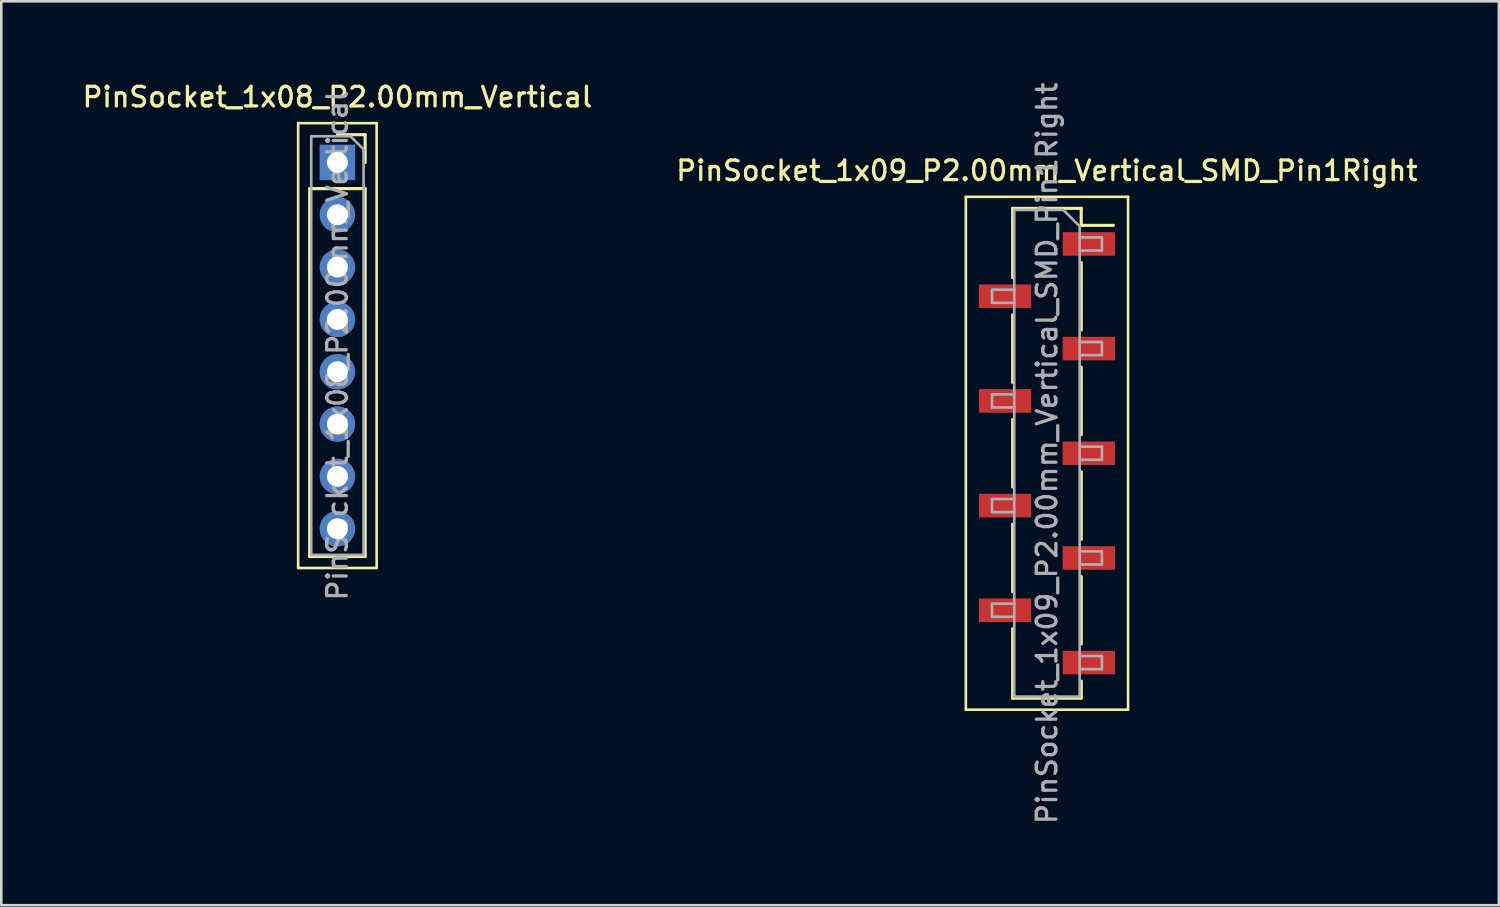
<source format=kicad_pcb>
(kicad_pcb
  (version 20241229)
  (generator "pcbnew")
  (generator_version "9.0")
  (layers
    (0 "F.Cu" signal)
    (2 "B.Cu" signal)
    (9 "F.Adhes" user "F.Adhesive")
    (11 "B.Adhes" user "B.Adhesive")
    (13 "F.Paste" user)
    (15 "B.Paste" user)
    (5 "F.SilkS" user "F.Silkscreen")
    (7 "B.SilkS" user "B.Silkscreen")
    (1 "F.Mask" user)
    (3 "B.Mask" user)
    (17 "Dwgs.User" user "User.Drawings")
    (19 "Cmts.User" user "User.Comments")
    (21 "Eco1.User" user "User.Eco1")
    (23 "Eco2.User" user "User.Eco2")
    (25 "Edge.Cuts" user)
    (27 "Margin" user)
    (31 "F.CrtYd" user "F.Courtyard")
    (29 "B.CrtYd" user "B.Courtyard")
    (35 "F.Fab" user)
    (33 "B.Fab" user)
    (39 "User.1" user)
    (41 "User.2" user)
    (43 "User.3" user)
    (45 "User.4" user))
  (footprint "PinSocket_1x09_P2.00mm_Vertical_SMD_Pin1Right"
    (layer "F.Cu")
    (at 36.963 14.273)
    (property "Reference" "PinSocket_1x09_P2.00mm_Vertical_SMD_Pin1Right" (at 0 -10.8 0) (layer "F.SilkS") (effects (font (size 0.75 0.75) (thickness 0.125))))
    (attr smd)
    (fp_line (start -3.1 -9.8) (end 3.1 -9.8) (stroke (width 0.1) (type solid)) (layer "F.SilkS"))
    (fp_line (start -3.1 9.8) (end -3.1 -9.8) (stroke (width 0.1) (type solid)) (layer "F.SilkS"))
    (fp_line (start -1.31 -9.36) (end -1.31 -6.71) (stroke (width 0.12) (type solid)) (layer "F.SilkS"))
    (fp_line (start -1.31 -9.36) (end 1.31 -9.36) (stroke (width 0.12) (type solid)) (layer "F.SilkS"))
    (fp_line (start -1.31 -5.29) (end -1.31 -2.71) (stroke (width 0.12) (type solid)) (layer "F.SilkS"))
    (fp_line (start -1.31 -1.29) (end -1.31 1.29) (stroke (width 0.12) (type solid)) (layer "F.SilkS"))
    (fp_line (start -1.31 2.71) (end -1.31 5.29) (stroke (width 0.12) (type solid)) (layer "F.SilkS"))
    (fp_line (start -1.31 6.71) (end -1.31 9.36) (stroke (width 0.12) (type solid)) (layer "F.SilkS"))
    (fp_line (start -1.31 9.36) (end 1.31 9.36) (stroke (width 0.12) (type solid)) (layer "F.SilkS"))
    (fp_line (start 1.31 -9.36) (end 1.31 -8.71) (stroke (width 0.12) (type solid)) (layer "F.SilkS"))
    (fp_line (start 1.31 -8.71) (end 2.54 -8.71) (stroke (width 0.12) (type solid)) (layer "F.SilkS"))
    (fp_line (start 1.31 -7.29) (end 1.31 -4.71) (stroke (width 0.12) (type solid)) (layer "F.SilkS"))
    (fp_line (start 1.31 -3.29) (end 1.31 -0.71) (stroke (width 0.12) (type solid)) (layer "F.SilkS"))
    (fp_line (start 1.31 0.71) (end 1.31 3.29) (stroke (width 0.12) (type solid)) (layer "F.SilkS"))
    (fp_line (start 1.31 4.71) (end 1.31 7.29) (stroke (width 0.12) (type solid)) (layer "F.SilkS"))
    (fp_line (start 1.31 8.71) (end 1.31 9.36) (stroke (width 0.12) (type solid)) (layer "F.SilkS"))
    (fp_line (start 3.1 -9.8) (end 3.1 9.8) (stroke (width 0.1) (type solid)) (layer "F.SilkS"))
    (fp_line (start 3.1 9.8) (end -3.1 9.8) (stroke (width 0.1) (type solid)) (layer "F.SilkS"))
    (fp_line (start -2.1 -6.25) (end -1.25 -6.25) (stroke (width 0.1) (type solid)) (layer "F.Fab"))
    (fp_line (start -2.1 -5.75) (end -2.1 -6.25) (stroke (width 0.1) (type solid)) (layer "F.Fab"))
    (fp_line (start -2.1 -2.25) (end -1.25 -2.25) (stroke (width 0.1) (type solid)) (layer "F.Fab"))
    (fp_line (start -2.1 -1.75) (end -2.1 -2.25) (stroke (width 0.1) (type solid)) (layer "F.Fab"))
    (fp_line (start -2.1 1.75) (end -1.25 1.75) (stroke (width 0.1) (type solid)) (layer "F.Fab"))
    (fp_line (start -2.1 2.25) (end -2.1 1.75) (stroke (width 0.1) (type solid)) (layer "F.Fab"))
    (fp_line (start -2.1 5.75) (end -1.25 5.75) (stroke (width 0.1) (type solid)) (layer "F.Fab"))
    (fp_line (start -2.1 6.25) (end -2.1 5.75) (stroke (width 0.1) (type solid)) (layer "F.Fab"))
    (fp_line (start -1.25 -9.3) (end 0.625 -9.3) (stroke (width 0.1) (type solid)) (layer "F.Fab"))
    (fp_line (start -1.25 -5.75) (end -2.1 -5.75) (stroke (width 0.1) (type solid)) (layer "F.Fab"))
    (fp_line (start -1.25 -1.75) (end -2.1 -1.75) (stroke (width 0.1) (type solid)) (layer "F.Fab"))
    (fp_line (start -1.25 2.25) (end -2.1 2.25) (stroke (width 0.1) (type solid)) (layer "F.Fab"))
    (fp_line (start -1.25 6.25) (end -2.1 6.25) (stroke (width 0.1) (type solid)) (layer "F.Fab"))
    (fp_line (start -1.25 9.3) (end -1.25 -9.3) (stroke (width 0.1) (type solid)) (layer "F.Fab"))
    (fp_line (start 0.625 -9.3) (end 1.25 -8.675) (stroke (width 0.1) (type solid)) (layer "F.Fab"))
    (fp_line (start 1.25 -8.675) (end 1.25 9.3) (stroke (width 0.1) (type solid)) (layer "F.Fab"))
    (fp_line (start 1.25 -8.25) (end 2.1 -8.25) (stroke (width 0.1) (type solid)) (layer "F.Fab"))
    (fp_line (start 1.25 -4.25) (end 2.1 -4.25) (stroke (width 0.1) (type solid)) (layer "F.Fab"))
    (fp_line (start 1.25 -0.25) (end 2.1 -0.25) (stroke (width 0.1) (type solid)) (layer "F.Fab"))
    (fp_line (start 1.25 3.75) (end 2.1 3.75) (stroke (width 0.1) (type solid)) (layer "F.Fab"))
    (fp_line (start 1.25 7.75) (end 2.1 7.75) (stroke (width 0.1) (type solid)) (layer "F.Fab"))
    (fp_line (start 1.25 9.3) (end -1.25 9.3) (stroke (width 0.1) (type solid)) (layer "F.Fab"))
    (fp_line (start 2.1 -8.25) (end 2.1 -7.75) (stroke (width 0.1) (type solid)) (layer "F.Fab"))
    (fp_line (start 2.1 -7.75) (end 1.25 -7.75) (stroke (width 0.1) (type solid)) (layer "F.Fab"))
    (fp_line (start 2.1 -4.25) (end 2.1 -3.75) (stroke (width 0.1) (type solid)) (layer "F.Fab"))
    (fp_line (start 2.1 -3.75) (end 1.25 -3.75) (stroke (width 0.1) (type solid)) (layer "F.Fab"))
    (fp_line (start 2.1 -0.25) (end 2.1 0.25) (stroke (width 0.1) (type solid)) (layer "F.Fab"))
    (fp_line (start 2.1 0.25) (end 1.25 0.25) (stroke (width 0.1) (type solid)) (layer "F.Fab"))
    (fp_line (start 2.1 3.75) (end 2.1 4.25) (stroke (width 0.1) (type solid)) (layer "F.Fab"))
    (fp_line (start 2.1 4.25) (end 1.25 4.25) (stroke (width 0.1) (type solid)) (layer "F.Fab"))
    (fp_line (start 2.1 7.75) (end 2.1 8.25) (stroke (width 0.1) (type solid)) (layer "F.Fab"))
    (fp_line (start 2.1 8.25) (end 1.25 8.25) (stroke (width 0.1) (type solid)) (layer "F.Fab"))
    (fp_text user "${REFERENCE}" (at 0 0 90) (layer "F.Fab") (effects (font (size 0.75 0.75) (thickness 0.125))))
    (pad "1" smd rect (at 1.6 -8) (size 2 0.9) (layers "F.Cu" "F.Mask" "F.Paste"))
    (pad "2" smd rect (at -1.6 -6) (size 2 0.9) (layers "F.Cu" "F.Mask" "F.Paste"))
    (pad "3" smd rect (at 1.6 -4) (size 2 0.9) (layers "F.Cu" "F.Mask" "F.Paste"))
    (pad "4" smd rect (at -1.6 -2) (size 2 0.9) (layers "F.Cu" "F.Mask" "F.Paste"))
    (pad "5" smd rect (at 1.6 0) (size 2 0.9) (layers "F.Cu" "F.Mask" "F.Paste"))
    (pad "6" smd rect (at -1.6 2) (size 2 0.9) (layers "F.Cu" "F.Mask" "F.Paste"))
    (pad "7" smd rect (at 1.6 4) (size 2 0.9) (layers "F.Cu" "F.Mask" "F.Paste"))
    (pad "8" smd rect (at -1.6 6) (size 2 0.9) (layers "F.Cu" "F.Mask" "F.Paste"))
    (pad "9" smd rect (at 1.6 8) (size 2 0.9) (layers "F.Cu" "F.Mask" "F.Paste")))
  (footprint "PinSocket_1x08_P2.00mm_Vertical"
    (layer "F.Cu")
    (at 9.845 3.158)
    (property "Reference" "PinSocket_1x08_P2.00mm_Vertical" (at 0 -2.5 0) (layer "F.SilkS") (effects (font (size 0.75 0.75) (thickness 0.125))))
    (attr through_hole)
    (fp_line (start -1.5 -1.5) (end 1.5 -1.5) (stroke (width 0.1) (type solid)) (layer "F.SilkS"))
    (fp_line (start -1.5 15.5) (end -1.5 -1.5) (stroke (width 0.1) (type solid)) (layer "F.SilkS"))
    (fp_line (start -1.06 1) (end -1.06 15.06) (stroke (width 0.12) (type solid)) (layer "F.SilkS"))
    (fp_line (start -1.06 1) (end 1.06 1) (stroke (width 0.12) (type solid)) (layer "F.SilkS"))
    (fp_line (start -1.06 15.06) (end 1.06 15.06) (stroke (width 0.12) (type solid)) (layer "F.SilkS"))
    (fp_line (start 0 -1.06) (end 1.06 -1.06) (stroke (width 0.12) (type solid)) (layer "F.SilkS"))
    (fp_line (start 1.06 -1.06) (end 1.06 0) (stroke (width 0.12) (type solid)) (layer "F.SilkS"))
    (fp_line (start 1.06 1) (end 1.06 15.06) (stroke (width 0.12) (type solid)) (layer "F.SilkS"))
    (fp_line (start 1.5 -1.5) (end 1.5 15.5) (stroke (width 0.1) (type solid)) (layer "F.SilkS"))
    (fp_line (start 1.5 15.5) (end -1.5 15.5) (stroke (width 0.1) (type solid)) (layer "F.SilkS"))
    (fp_line (start -1 -1) (end 0.5 -1) (stroke (width 0.1) (type solid)) (layer "F.Fab"))
    (fp_line (start -1 15) (end -1 -1) (stroke (width 0.1) (type solid)) (layer "F.Fab"))
    (fp_line (start 0.5 -1) (end 1 -0.5) (stroke (width 0.1) (type solid)) (layer "F.Fab"))
    (fp_line (start 1 -0.5) (end 1 15) (stroke (width 0.1) (type solid)) (layer "F.Fab"))
    (fp_line (start 1 15) (end -1 15) (stroke (width 0.1) (type solid)) (layer "F.Fab"))
    (fp_text user "${REFERENCE}" (at 0 7 90) (layer "F.Fab") (effects (font (size 0.75 0.75) (thickness 0.125))))
    (pad "1" thru_hole rect (at 0 0) (size 1.35 1.35) (drill 0.8) (layers "*.Cu" "*.Mask"))
    (pad "2" thru_hole oval (at 0 2) (size 1.35 1.35) (drill 0.8) (layers "*.Cu" "*.Mask"))
    (pad "3" thru_hole oval (at 0 4) (size 1.35 1.35) (drill 0.8) (layers "*.Cu" "*.Mask"))
    (pad "4" thru_hole oval (at 0 6) (size 1.35 1.35) (drill 0.8) (layers "*.Cu" "*.Mask"))
    (pad "5" thru_hole oval (at 0 8) (size 1.35 1.35) (drill 0.8) (layers "*.Cu" "*.Mask"))
    (pad "6" thru_hole oval (at 0 10) (size 1.35 1.35) (drill 0.8) (layers "*.Cu" "*.Mask"))
    (pad "7" thru_hole oval (at 0 12) (size 1.35 1.35) (drill 0.8) (layers "*.Cu" "*.Mask"))
    (pad "8" thru_hole oval (at 0 14) (size 1.35 1.35) (drill 0.8) (layers "*.Cu" "*.Mask")))
  (gr_rect
    (start -3 -3)
    (end 54.236 31.546)
    (stroke (width 0.1) (type default))
    (fill no)
    (layer "Edge.Cuts")))
</source>
